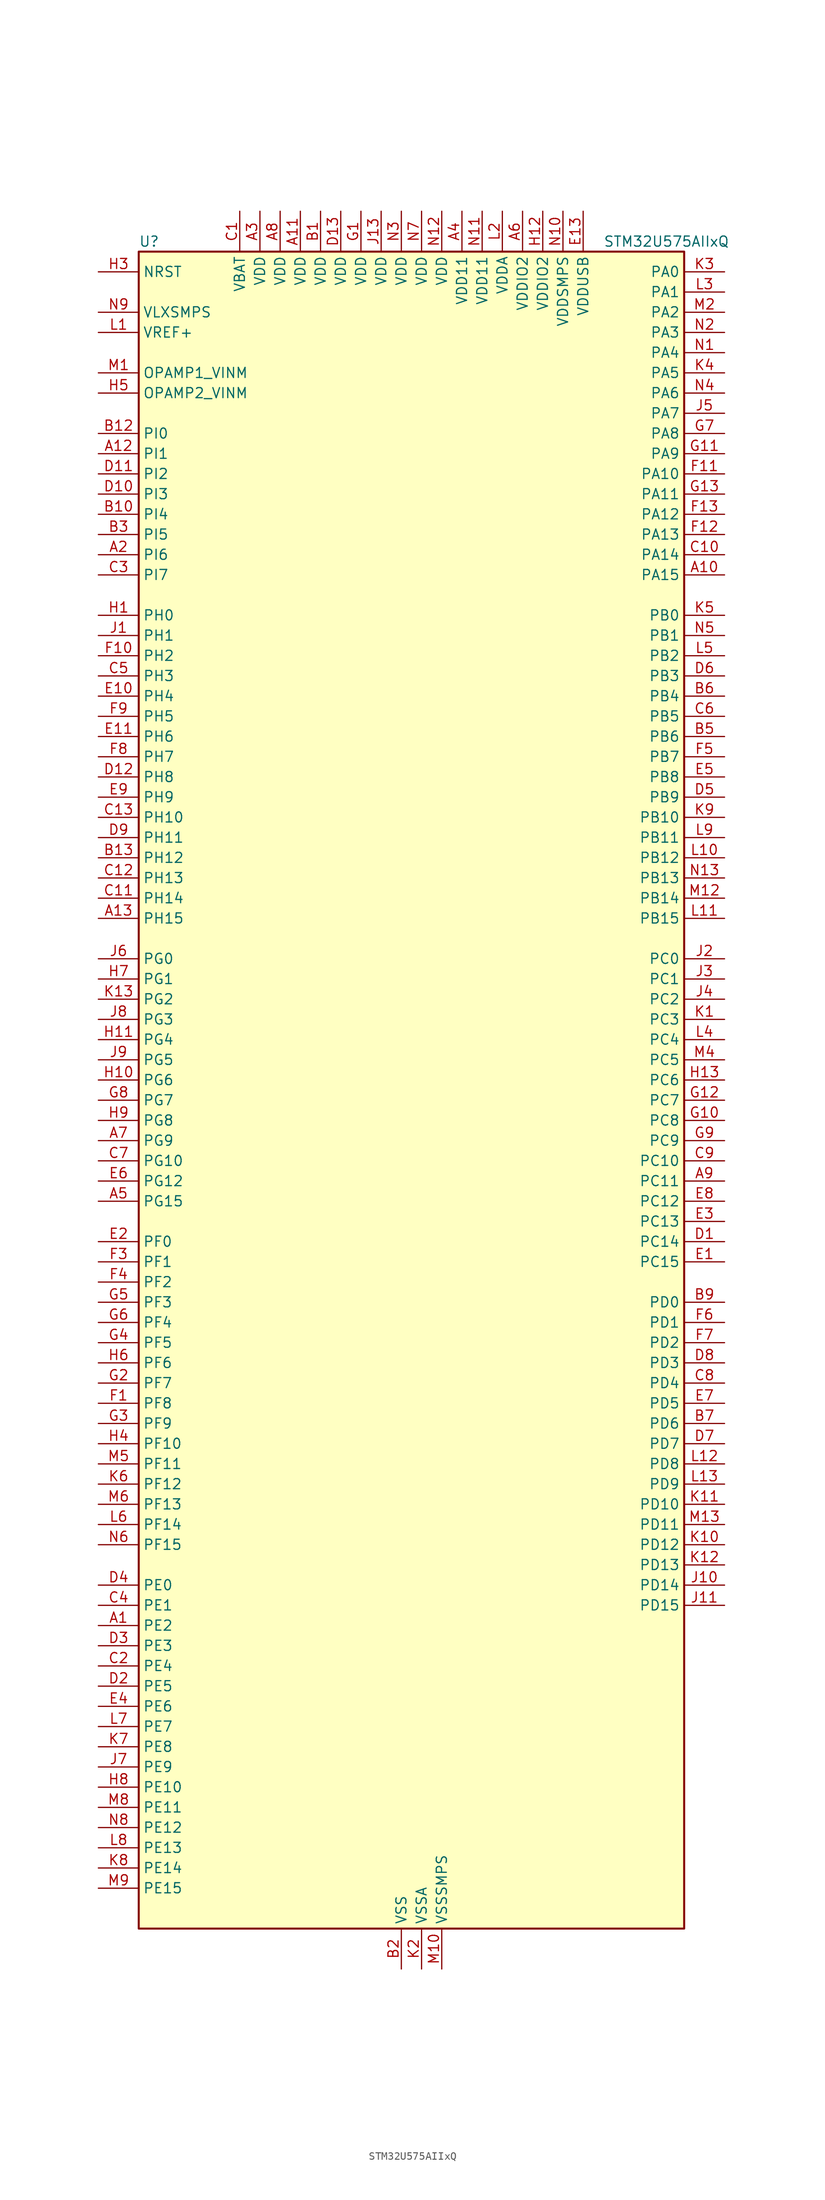
<source format=kicad_sym>
(kicad_symbol_lib
  (version 20220914)
  (generator kicad_symbol_editor)
  (symbol "STM32U575AIIxQ"
    (property "Reference" "U"
      (at -33.02 107.95 0)
      (effects (font (size 1.27 1.27)) (justify left)))
    (property "Value" "STM32U575AIIxQ"
      (at 25.4 107.95 0)
      (effects (font (size 1.27 1.27)) (justify left)))
    (property "ki_locked" ""
      (at 0 0 0)
      (effects (font (size 1.27 1.27))))
    (symbol "STM32U575AIIxQ_0_1"
      (rectangle (start -33.02 -104.14) (end 35.56 106.68) (stroke (width 0.254) (type default)) (fill (type background))))
    (symbol "STM32U575AIIxQ_1_1"
      (pin bidirectional line (at -38.1 -66.04 0) (length 5.08) (name "PE2" (effects (font (size 1.27 1.27)))) (number "A1" (effects (font (size 1.27 1.27)))) (alternate "DEBUG_TRACECLK" bidirectional line) (alternate "FMC_A23" bidirectional line) (alternate "SAI1_CK1" bidirectional line) (alternate "SAI1_MCLK_A" bidirectional line) (alternate "TIM3_ETR" bidirectional line) (alternate "TSC_G7_IO1" bidirectional line))
      (pin bidirectional line (at 40.64 66.04 180) (length 5.08) (name "PA15" (effects (font (size 1.27 1.27)))) (number "A10" (effects (font (size 1.27 1.27)))) (alternate "ADC1_EXTI15" bidirectional line) (alternate "ADC4_EXTI15" bidirectional line) (alternate "DEBUG_JTDI" bidirectional line) (alternate "SAI2_FS_B" bidirectional line) (alternate "SPI1_NSS" bidirectional line) (alternate "SPI3_NSS" bidirectional line) (alternate "TIM2_CH1" bidirectional line) (alternate "TIM2_ETR" bidirectional line) (alternate "UART4_DE" bidirectional line) (alternate "UART4_RTS" bidirectional line) (alternate "UCPD1_CC1" bidirectional line) (alternate "USART2_RX" bidirectional line) (alternate "USART3_DE" bidirectional line) (alternate "USART3_RTS" bidirectional line))
      (pin power_in line (at -12.7 111.76 270) (length 5.08) (name "VDD" (effects (font (size 1.27 1.27)))) (number "A11" (effects (font (size 1.27 1.27)))))
      (pin bidirectional line (at -38.1 81.28 0) (length 5.08) (name "PI1" (effects (font (size 1.27 1.27)))) (number "A12" (effects (font (size 1.27 1.27)))) (alternate "DCMI_D8" bidirectional line) (alternate "OCTOSPIM_P2_IO2" bidirectional line) (alternate "PSSI_D8" bidirectional line) (alternate "SPI2_SCK" bidirectional line))
      (pin bidirectional line (at -38.1 22.86 0) (length 5.08) (name "PH15" (effects (font (size 1.27 1.27)))) (number "A13" (effects (font (size 1.27 1.27)))) (alternate "ADC1_EXTI15" bidirectional line) (alternate "ADC4_EXTI15" bidirectional line) (alternate "DCMI_D11" bidirectional line) (alternate "OCTOSPIM_P2_IO6" bidirectional line) (alternate "PSSI_D11" bidirectional line) (alternate "TIM8_CH3N" bidirectional line))
      (pin bidirectional line (at -38.1 68.58 0) (length 5.08) (name "PI6" (effects (font (size 1.27 1.27)))) (number "A2" (effects (font (size 1.27 1.27)))) (alternate "DCMI_D6" bidirectional line) (alternate "OCTOSPIM_P2_CLK" bidirectional line) (alternate "PSSI_D6" bidirectional line) (alternate "TIM8_CH2" bidirectional line))
      (pin power_in line (at -17.78 111.76 270) (length 5.08) (name "VDD" (effects (font (size 1.27 1.27)))) (number "A3" (effects (font (size 1.27 1.27)))))
      (pin power_in line (at 7.62 111.76 270) (length 5.08) (name "VDD11" (effects (font (size 1.27 1.27)))) (number "A4" (effects (font (size 1.27 1.27)))))
      (pin bidirectional line (at -38.1 -12.7 0) (length 5.08) (name "PG15" (effects (font (size 1.27 1.27)))) (number "A5" (effects (font (size 1.27 1.27)))) (alternate "ADC1_EXTI15" bidirectional line) (alternate "ADC4_EXTI15" bidirectional line) (alternate "DCMI_D13" bidirectional line) (alternate "I2C1_SMBA" bidirectional line) (alternate "LPTIM1_CH1" bidirectional line) (alternate "OCTOSPIM_P2_DQS" bidirectional line) (alternate "PSSI_D13" bidirectional line))
      (pin power_in line (at 15.24 111.76 270) (length 5.08) (name "VDDIO2" (effects (font (size 1.27 1.27)))) (number "A6" (effects (font (size 1.27 1.27)))))
      (pin bidirectional line (at -38.1 -5.08 0) (length 5.08) (name "PG9" (effects (font (size 1.27 1.27)))) (number "A7" (effects (font (size 1.27 1.27)))) (alternate "DAC1_EXTI9" bidirectional line) (alternate "FMC_NCE" bidirectional line) (alternate "FMC_NE2" bidirectional line) (alternate "OCTOSPIM_P2_IO6" bidirectional line) (alternate "SAI2_SCK_A" bidirectional line) (alternate "SPI3_SCK" bidirectional line) (alternate "TIM15_CH1N" bidirectional line) (alternate "USART1_TX" bidirectional line))
      (pin power_in line (at -15.24 111.76 270) (length 5.08) (name "VDD" (effects (font (size 1.27 1.27)))) (number "A8" (effects (font (size 1.27 1.27)))))
      (pin bidirectional line (at 40.64 -10.16 180) (length 5.08) (name "PC11" (effects (font (size 1.27 1.27)))) (number "A9" (effects (font (size 1.27 1.27)))) (alternate "ADC1_EXTI11" bidirectional line) (alternate "ADF1_SDI0" bidirectional line) (alternate "DCMI_D2" bidirectional line) (alternate "DCMI_D4" bidirectional line) (alternate "LPTIM3_IN1" bidirectional line) (alternate "OCTOSPIM_P1_NCS" bidirectional line) (alternate "PSSI_D2" bidirectional line) (alternate "PSSI_D4" bidirectional line) (alternate "SAI2_MCLK_B" bidirectional line) (alternate "SDMMC1_D3" bidirectional line) (alternate "SPI3_MISO" bidirectional line) (alternate "TSC_G3_IO3" bidirectional line) (alternate "UART4_RX" bidirectional line) (alternate "UCPD1_FRSTX2" bidirectional line) (alternate "USART3_RX" bidirectional line))
      (pin power_in line (at -10.16 111.76 270) (length 5.08) (name "VDD" (effects (font (size 1.27 1.27)))) (number "B1" (effects (font (size 1.27 1.27)))))
      (pin bidirectional line (at -38.1 73.66 0) (length 5.08) (name "PI4" (effects (font (size 1.27 1.27)))) (number "B10" (effects (font (size 1.27 1.27)))) (alternate "DCMI_D5" bidirectional line) (alternate "PSSI_D5" bidirectional line) (alternate "SPI2_RDY" bidirectional line) (alternate "TIM8_BKIN" bidirectional line))
      (pin passive line (at 0 -109.22 90) (length 5.08) hide (name "VSS" (effects (font (size 1.27 1.27)))) (number "B11" (effects (font (size 1.27 1.27)))))
      (pin bidirectional line (at -38.1 83.82 0) (length 5.08) (name "PI0" (effects (font (size 1.27 1.27)))) (number "B12" (effects (font (size 1.27 1.27)))) (alternate "DCMI_D13" bidirectional line) (alternate "OCTOSPIM_P1_IO5" bidirectional line) (alternate "PSSI_D13" bidirectional line) (alternate "SPI2_NSS" bidirectional line) (alternate "TIM5_CH4" bidirectional line))
      (pin bidirectional line (at -38.1 30.48 0) (length 5.08) (name "PH12" (effects (font (size 1.27 1.27)))) (number "B13" (effects (font (size 1.27 1.27)))) (alternate "DCMI_D3" bidirectional line) (alternate "OCTOSPIM_P2_IO7" bidirectional line) (alternate "PSSI_D3" bidirectional line) (alternate "TIM5_CH3" bidirectional line) (alternate "TIM8_CH4N" bidirectional line))
      (pin power_in line (at 0 -109.22 90) (length 5.08) (name "VSS" (effects (font (size 1.27 1.27)))) (number "B2" (effects (font (size 1.27 1.27)))))
      (pin bidirectional line (at -38.1 71.12 0) (length 5.08) (name "PI5" (effects (font (size 1.27 1.27)))) (number "B3" (effects (font (size 1.27 1.27)))) (alternate "DCMI_VSYNC" bidirectional line) (alternate "OCTOSPIM_P2_NCS" bidirectional line) (alternate "PSSI_RDY" bidirectional line) (alternate "TIM8_CH1" bidirectional line))
      (pin passive line (at 0 -109.22 90) (length 5.08) hide (name "VSS" (effects (font (size 1.27 1.27)))) (number "B4" (effects (font (size 1.27 1.27)))))
      (pin bidirectional line (at 40.64 45.72 180) (length 5.08) (name "PB6" (effects (font (size 1.27 1.27)))) (number "B5" (effects (font (size 1.27 1.27)))) (alternate "COMP2_INP" bidirectional line) (alternate "DCMI_D5" bidirectional line) (alternate "I2C1_SCL" bidirectional line) (alternate "I2C4_SCL" bidirectional line) (alternate "LPTIM1_ETR" bidirectional line) (alternate "MDF1_SDI5" bidirectional line) (alternate "PSSI_D5" bidirectional line) (alternate "PWR_WKUP3" bidirectional line) (alternate "SAI1_FS_B" bidirectional line) (alternate "TIM16_CH1N" bidirectional line) (alternate "TIM4_CH1" bidirectional line) (alternate "TIM8_BKIN2" bidirectional line) (alternate "TSC_G2_IO3" bidirectional line) (alternate "USART1_TX" bidirectional line))
      (pin bidirectional line (at 40.64 50.8 180) (length 5.08) (name "PB4" (effects (font (size 1.27 1.27)))) (number "B6" (effects (font (size 1.27 1.27)))) (alternate "ADF1_SDI0" bidirectional line) (alternate "COMP2_INP" bidirectional line) (alternate "DCMI_D12" bidirectional line) (alternate "DEBUG_JTRST" bidirectional line) (alternate "I2C3_SDA" bidirectional line) (alternate "LPTIM1_CH2" bidirectional line) (alternate "PSSI_D12" bidirectional line) (alternate "SAI1_MCLK_B" bidirectional line) (alternate "SDMMC2_D3" bidirectional line) (alternate "SPI1_MISO" bidirectional line) (alternate "SPI3_MISO" bidirectional line) (alternate "TIM17_BKIN" bidirectional line) (alternate "TIM3_CH1" bidirectional line) (alternate "TSC_G2_IO1" bidirectional line) (alternate "UART5_DE" bidirectional line) (alternate "UART5_RTS" bidirectional line) (alternate "USART1_CTS" bidirectional line))
      (pin bidirectional line (at 40.64 -40.64 180) (length 5.08) (name "PD6" (effects (font (size 1.27 1.27)))) (number "B7" (effects (font (size 1.27 1.27)))) (alternate "DCMI_D10" bidirectional line) (alternate "FMC_NWAIT" bidirectional line) (alternate "MDF1_SDI1" bidirectional line) (alternate "OCTOSPIM_P1_IO6" bidirectional line) (alternate "PSSI_D10" bidirectional line) (alternate "SAI1_D1" bidirectional line) (alternate "SAI1_SD_A" bidirectional line) (alternate "SDMMC2_CK" bidirectional line) (alternate "SPI3_MOSI" bidirectional line) (alternate "USART2_RX" bidirectional line))
      (pin passive line (at 0 -109.22 90) (length 5.08) hide (name "VSS" (effects (font (size 1.27 1.27)))) (number "B8" (effects (font (size 1.27 1.27)))))
      (pin bidirectional line (at 40.64 -25.4 180) (length 5.08) (name "PD0" (effects (font (size 1.27 1.27)))) (number "B9" (effects (font (size 1.27 1.27)))) (alternate "FDCAN1_RX" bidirectional line) (alternate "FMC_D2" bidirectional line) (alternate "FMC_DA2" bidirectional line) (alternate "SPI2_NSS" bidirectional line) (alternate "TIM8_CH4N" bidirectional line))
      (pin power_in line (at -20.32 111.76 270) (length 5.08) (name "VBAT" (effects (font (size 1.27 1.27)))) (number "C1" (effects (font (size 1.27 1.27)))))
      (pin bidirectional line (at 40.64 68.58 180) (length 5.08) (name "PA14" (effects (font (size 1.27 1.27)))) (number "C10" (effects (font (size 1.27 1.27)))) (alternate "DEBUG_JTCK-SWCLK" bidirectional line) (alternate "I2C1_SMBA" bidirectional line) (alternate "I2C4_SMBA" bidirectional line) (alternate "LPTIM1_CH1" bidirectional line) (alternate "SAI1_FS_B" bidirectional line) (alternate "USB_OTG_FS_SOF" bidirectional line))
      (pin bidirectional line (at -38.1 25.4 0) (length 5.08) (name "PH14" (effects (font (size 1.27 1.27)))) (number "C11" (effects (font (size 1.27 1.27)))) (alternate "DCMI_D4" bidirectional line) (alternate "FDCAN1_RX" bidirectional line) (alternate "PSSI_D4" bidirectional line) (alternate "TIM8_CH2N" bidirectional line))
      (pin bidirectional line (at -38.1 27.94 0) (length 5.08) (name "PH13" (effects (font (size 1.27 1.27)))) (number "C12" (effects (font (size 1.27 1.27)))) (alternate "FDCAN1_TX" bidirectional line) (alternate "TIM8_CH1N" bidirectional line))
      (pin bidirectional line (at -38.1 35.56 0) (length 5.08) (name "PH10" (effects (font (size 1.27 1.27)))) (number "C13" (effects (font (size 1.27 1.27)))) (alternate "DCMI_D1" bidirectional line) (alternate "OCTOSPIM_P2_IO5" bidirectional line) (alternate "PSSI_D1" bidirectional line) (alternate "TIM5_CH1" bidirectional line))
      (pin bidirectional line (at -38.1 -71.12 0) (length 5.08) (name "PE4" (effects (font (size 1.27 1.27)))) (number "C2" (effects (font (size 1.27 1.27)))) (alternate "DCMI_D4" bidirectional line) (alternate "DEBUG_TRACED1" bidirectional line) (alternate "FMC_A20" bidirectional line) (alternate "MDF1_SDI3" bidirectional line) (alternate "PSSI_D4" bidirectional line) (alternate "PWR_WKUP1" bidirectional line) (alternate "SAI1_D2" bidirectional line) (alternate "SAI1_FS_A" bidirectional line) (alternate "TAMP_IN7" bidirectional line) (alternate "TAMP_OUT8" bidirectional line) (alternate "TIM3_CH2" bidirectional line) (alternate "TSC_G7_IO3" bidirectional line))
      (pin bidirectional line (at -38.1 66.04 0) (length 5.08) (name "PI7" (effects (font (size 1.27 1.27)))) (number "C3" (effects (font (size 1.27 1.27)))) (alternate "DCMI_D7" bidirectional line) (alternate "OCTOSPIM_P2_NCLK" bidirectional line) (alternate "PSSI_D7" bidirectional line) (alternate "TIM8_CH3" bidirectional line))
      (pin bidirectional line (at -38.1 -63.5 0) (length 5.08) (name "PE1" (effects (font (size 1.27 1.27)))) (number "C4" (effects (font (size 1.27 1.27)))) (alternate "DCMI_D3" bidirectional line) (alternate "FMC_NBL1" bidirectional line) (alternate "PSSI_D3" bidirectional line) (alternate "TIM17_CH1" bidirectional line))
      (pin bidirectional line (at -38.1 53.34 0) (length 5.08) (name "PH3" (effects (font (size 1.27 1.27)))) (number "C5" (effects (font (size 1.27 1.27)))))
      (pin bidirectional line (at 40.64 48.26 180) (length 5.08) (name "PB5" (effects (font (size 1.27 1.27)))) (number "C6" (effects (font (size 1.27 1.27)))) (alternate "COMP2_OUT" bidirectional line) (alternate "DCMI_D10" bidirectional line) (alternate "I2C1_SMBA" bidirectional line) (alternate "LPTIM1_IN1" bidirectional line) (alternate "OCTOSPIM_P1_NCLK" bidirectional line) (alternate "PSSI_D10" bidirectional line) (alternate "PWR_WKUP6" bidirectional line) (alternate "SAI1_SD_B" bidirectional line) (alternate "SPI1_MOSI" bidirectional line) (alternate "SPI3_MOSI" bidirectional line) (alternate "TIM16_BKIN" bidirectional line) (alternate "TIM3_CH2" bidirectional line) (alternate "TSC_G2_IO2" bidirectional line) (alternate "UART5_CTS" bidirectional line) (alternate "UCPD1_DBCC1" bidirectional line) (alternate "USART1_CK" bidirectional line))
      (pin bidirectional line (at -38.1 -7.62 0) (length 5.08) (name "PG10" (effects (font (size 1.27 1.27)))) (number "C7" (effects (font (size 1.27 1.27)))) (alternate "FMC_NE3" bidirectional line) (alternate "LPTIM1_IN1" bidirectional line) (alternate "OCTOSPIM_P2_IO7" bidirectional line) (alternate "SAI2_FS_A" bidirectional line) (alternate "SPI3_MISO" bidirectional line) (alternate "TIM15_CH1" bidirectional line) (alternate "USART1_RX" bidirectional line))
      (pin bidirectional line (at 40.64 -35.56 180) (length 5.08) (name "PD4" (effects (font (size 1.27 1.27)))) (number "C8" (effects (font (size 1.27 1.27)))) (alternate "FMC_NOE" bidirectional line) (alternate "MDF1_CKI0" bidirectional line) (alternate "OCTOSPIM_P1_IO4" bidirectional line) (alternate "SPI2_MOSI" bidirectional line) (alternate "USART2_DE" bidirectional line) (alternate "USART2_RTS" bidirectional line))
      (pin bidirectional line (at 40.64 -7.62 180) (length 5.08) (name "PC10" (effects (font (size 1.27 1.27)))) (number "C9" (effects (font (size 1.27 1.27)))) (alternate "ADF1_CCK1" bidirectional line) (alternate "DCMI_D8" bidirectional line) (alternate "DEBUG_TRACED1" bidirectional line) (alternate "LPTIM3_ETR" bidirectional line) (alternate "PSSI_D8" bidirectional line) (alternate "SAI2_SCK_B" bidirectional line) (alternate "SDMMC1_D2" bidirectional line) (alternate "SPI3_SCK" bidirectional line) (alternate "TSC_G3_IO2" bidirectional line) (alternate "UART4_TX" bidirectional line) (alternate "USART3_TX" bidirectional line))
      (pin bidirectional line (at 40.64 -17.78 180) (length 5.08) (name "PC14" (effects (font (size 1.27 1.27)))) (number "D1" (effects (font (size 1.27 1.27)))) (alternate "RCC_OSC32_IN" bidirectional line))
      (pin bidirectional line (at -38.1 76.2 0) (length 5.08) (name "PI3" (effects (font (size 1.27 1.27)))) (number "D10" (effects (font (size 1.27 1.27)))) (alternate "DCMI_D10" bidirectional line) (alternate "OCTOSPIM_P2_IO0" bidirectional line) (alternate "PSSI_D10" bidirectional line) (alternate "SPI2_MOSI" bidirectional line) (alternate "TIM8_ETR" bidirectional line))
      (pin bidirectional line (at -38.1 78.74 0) (length 5.08) (name "PI2" (effects (font (size 1.27 1.27)))) (number "D11" (effects (font (size 1.27 1.27)))) (alternate "DCMI_D9" bidirectional line) (alternate "OCTOSPIM_P2_IO1" bidirectional line) (alternate "PSSI_D9" bidirectional line) (alternate "SPI2_MISO" bidirectional line) (alternate "TIM8_CH4" bidirectional line))
      (pin bidirectional line (at -38.1 40.64 0) (length 5.08) (name "PH8" (effects (font (size 1.27 1.27)))) (number "D12" (effects (font (size 1.27 1.27)))) (alternate "DCMI_HSYNC" bidirectional line) (alternate "I2C3_SDA" bidirectional line) (alternate "OCTOSPIM_P2_IO3" bidirectional line) (alternate "PSSI_DE" bidirectional line))
      (pin power_in line (at -7.62 111.76 270) (length 5.08) (name "VDD" (effects (font (size 1.27 1.27)))) (number "D13" (effects (font (size 1.27 1.27)))))
      (pin bidirectional line (at -38.1 -73.66 0) (length 5.08) (name "PE5" (effects (font (size 1.27 1.27)))) (number "D2" (effects (font (size 1.27 1.27)))) (alternate "DCMI_D6" bidirectional line) (alternate "DEBUG_TRACED2" bidirectional line) (alternate "FMC_A21" bidirectional line) (alternate "MDF1_CKI3" bidirectional line) (alternate "PSSI_D6" bidirectional line) (alternate "PWR_WKUP2" bidirectional line) (alternate "SAI1_CK2" bidirectional line) (alternate "SAI1_SCK_A" bidirectional line) (alternate "TAMP_IN8" bidirectional line) (alternate "TAMP_OUT7" bidirectional line) (alternate "TIM3_CH3" bidirectional line) (alternate "TSC_G7_IO4" bidirectional line))
      (pin bidirectional line (at -38.1 -68.58 0) (length 5.08) (name "PE3" (effects (font (size 1.27 1.27)))) (number "D3" (effects (font (size 1.27 1.27)))) (alternate "DEBUG_TRACED0" bidirectional line) (alternate "FMC_A19" bidirectional line) (alternate "OCTOSPIM_P1_DQS" bidirectional line) (alternate "SAI1_SD_B" bidirectional line) (alternate "TAMP_IN6" bidirectional line) (alternate "TAMP_OUT3" bidirectional line) (alternate "TIM3_CH1" bidirectional line) (alternate "TSC_G7_IO2" bidirectional line))
      (pin bidirectional line (at -38.1 -60.96 0) (length 5.08) (name "PE0" (effects (font (size 1.27 1.27)))) (number "D4" (effects (font (size 1.27 1.27)))) (alternate "DCMI_D2" bidirectional line) (alternate "FMC_NBL0" bidirectional line) (alternate "PSSI_D2" bidirectional line) (alternate "TIM16_CH1" bidirectional line) (alternate "TIM4_ETR" bidirectional line))
      (pin bidirectional line (at 40.64 38.1 180) (length 5.08) (name "PB9" (effects (font (size 1.27 1.27)))) (number "D5" (effects (font (size 1.27 1.27)))) (alternate "DAC1_EXTI9" bidirectional line) (alternate "DCMI_D7" bidirectional line) (alternate "FDCAN1_TX" bidirectional line) (alternate "I2C1_SDA" bidirectional line) (alternate "IR_OUT" bidirectional line) (alternate "PSSI_D7" bidirectional line) (alternate "SAI1_D2" bidirectional line) (alternate "SAI1_FS_A" bidirectional line) (alternate "SDMMC1_CDIR" bidirectional line) (alternate "SDMMC1_D5" bidirectional line) (alternate "SDMMC2_D5" bidirectional line) (alternate "SPI2_NSS" bidirectional line) (alternate "TIM17_CH1" bidirectional line) (alternate "TIM4_CH4" bidirectional line))
      (pin bidirectional line (at 40.64 53.34 180) (length 5.08) (name "PB3" (effects (font (size 1.27 1.27)))) (number "D6" (effects (font (size 1.27 1.27)))) (alternate "ADF1_CCK0" bidirectional line) (alternate "COMP2_INM" bidirectional line) (alternate "CRS_SYNC" bidirectional line) (alternate "DEBUG_JTDO-SWO" bidirectional line) (alternate "I2C1_SDA" bidirectional line) (alternate "LPTIM1_CH1" bidirectional line) (alternate "SAI1_SCK_B" bidirectional line) (alternate "SDMMC2_D2" bidirectional line) (alternate "SPI1_SCK" bidirectional line) (alternate "SPI3_SCK" bidirectional line) (alternate "TIM2_CH2" bidirectional line) (alternate "USART1_DE" bidirectional line) (alternate "USART1_RTS" bidirectional line))
      (pin bidirectional line (at 40.64 -43.18 180) (length 5.08) (name "PD7" (effects (font (size 1.27 1.27)))) (number "D7" (effects (font (size 1.27 1.27)))) (alternate "FMC_NCE" bidirectional line) (alternate "FMC_NE1" bidirectional line) (alternate "LPTIM4_OUT" bidirectional line) (alternate "MDF1_CKI1" bidirectional line) (alternate "OCTOSPIM_P1_IO7" bidirectional line) (alternate "SDMMC2_CMD" bidirectional line) (alternate "USART2_CK" bidirectional line))
      (pin bidirectional line (at 40.64 -33.02 180) (length 5.08) (name "PD3" (effects (font (size 1.27 1.27)))) (number "D8" (effects (font (size 1.27 1.27)))) (alternate "DCMI_D5" bidirectional line) (alternate "FMC_CLK" bidirectional line) (alternate "MDF1_SDI0" bidirectional line) (alternate "OCTOSPIM_P2_NCS" bidirectional line) (alternate "PSSI_D5" bidirectional line) (alternate "SPI2_MISO" bidirectional line) (alternate "SPI2_SCK" bidirectional line) (alternate "USART2_CTS" bidirectional line))
      (pin bidirectional line (at -38.1 33.02 0) (length 5.08) (name "PH11" (effects (font (size 1.27 1.27)))) (number "D9" (effects (font (size 1.27 1.27)))) (alternate "ADC1_EXTI11" bidirectional line) (alternate "DCMI_D2" bidirectional line) (alternate "OCTOSPIM_P2_IO6" bidirectional line) (alternate "PSSI_D2" bidirectional line) (alternate "TIM5_CH2" bidirectional line))
      (pin bidirectional line (at 40.64 -20.32 180) (length 5.08) (name "PC15" (effects (font (size 1.27 1.27)))) (number "E1" (effects (font (size 1.27 1.27)))) (alternate "ADC1_EXTI15" bidirectional line) (alternate "ADC4_EXTI15" bidirectional line) (alternate "RCC_OSC32_OUT" bidirectional line))
      (pin bidirectional line (at -38.1 50.8 0) (length 5.08) (name "PH4" (effects (font (size 1.27 1.27)))) (number "E10" (effects (font (size 1.27 1.27)))) (alternate "I2C2_SCL" bidirectional line) (alternate "OCTOSPIM_P2_DQS" bidirectional line) (alternate "PSSI_D14" bidirectional line))
      (pin bidirectional line (at -38.1 45.72 0) (length 5.08) (name "PH6" (effects (font (size 1.27 1.27)))) (number "E11" (effects (font (size 1.27 1.27)))) (alternate "DCMI_D8" bidirectional line) (alternate "I2C2_SMBA" bidirectional line) (alternate "OCTOSPIM_P2_CLK" bidirectional line) (alternate "PSSI_D8" bidirectional line))
      (pin passive line (at 0 -109.22 90) (length 5.08) hide (name "VSS" (effects (font (size 1.27 1.27)))) (number "E12" (effects (font (size 1.27 1.27)))))
      (pin power_in line (at 22.86 111.76 270) (length 5.08) (name "VDDUSB" (effects (font (size 1.27 1.27)))) (number "E13" (effects (font (size 1.27 1.27)))))
      (pin bidirectional line (at -38.1 -17.78 0) (length 5.08) (name "PF0" (effects (font (size 1.27 1.27)))) (number "E2" (effects (font (size 1.27 1.27)))) (alternate "FMC_A0" bidirectional line) (alternate "I2C2_SDA" bidirectional line) (alternate "OCTOSPIM_P2_IO0" bidirectional line))
      (pin bidirectional line (at 40.64 -15.24 180) (length 5.08) (name "PC13" (effects (font (size 1.27 1.27)))) (number "E3" (effects (font (size 1.27 1.27)))) (alternate "PWR_WKUP2" bidirectional line) (alternate "RTC_OUT1" bidirectional line) (alternate "RTC_TS" bidirectional line) (alternate "TAMP_IN1" bidirectional line) (alternate "TAMP_OUT2" bidirectional line))
      (pin bidirectional line (at -38.1 -76.2 0) (length 5.08) (name "PE6" (effects (font (size 1.27 1.27)))) (number "E4" (effects (font (size 1.27 1.27)))) (alternate "DCMI_D7" bidirectional line) (alternate "DEBUG_TRACED3" bidirectional line) (alternate "FMC_A22" bidirectional line) (alternate "PSSI_D7" bidirectional line) (alternate "PWR_WKUP3" bidirectional line) (alternate "SAI1_D1" bidirectional line) (alternate "SAI1_SD_A" bidirectional line) (alternate "TAMP_IN3" bidirectional line) (alternate "TAMP_OUT6" bidirectional line) (alternate "TIM3_CH4" bidirectional line))
      (pin bidirectional line (at 40.64 40.64 180) (length 5.08) (name "PB8" (effects (font (size 1.27 1.27)))) (number "E5" (effects (font (size 1.27 1.27)))) (alternate "DCMI_D6" bidirectional line) (alternate "FDCAN1_RX" bidirectional line) (alternate "I2C1_SCL" bidirectional line) (alternate "MDF1_CCK0" bidirectional line) (alternate "PSSI_D6" bidirectional line) (alternate "PWR_WKUP5" bidirectional line) (alternate "SAI1_CK1" bidirectional line) (alternate "SAI1_MCLK_A" bidirectional line) (alternate "SDMMC1_CKIN" bidirectional line) (alternate "SDMMC1_D4" bidirectional line) (alternate "SDMMC2_D4" bidirectional line) (alternate "SPI3_RDY" bidirectional line) (alternate "TIM16_CH1" bidirectional line) (alternate "TIM4_CH3" bidirectional line))
      (pin bidirectional line (at -38.1 -10.16 0) (length 5.08) (name "PG12" (effects (font (size 1.27 1.27)))) (number "E6" (effects (font (size 1.27 1.27)))) (alternate "FMC_NE4" bidirectional line) (alternate "LPTIM1_ETR" bidirectional line) (alternate "OCTOSPIM_P2_NCS" bidirectional line) (alternate "SAI2_SD_A" bidirectional line) (alternate "SPI3_NSS" bidirectional line) (alternate "USART1_DE" bidirectional line) (alternate "USART1_RTS" bidirectional line))
      (pin bidirectional line (at 40.64 -38.1 180) (length 5.08) (name "PD5" (effects (font (size 1.27 1.27)))) (number "E7" (effects (font (size 1.27 1.27)))) (alternate "FMC_NWE" bidirectional line) (alternate "OCTOSPIM_P1_IO5" bidirectional line) (alternate "SPI2_RDY" bidirectional line) (alternate "USART2_TX" bidirectional line))
      (pin bidirectional line (at 40.64 -12.7 180) (length 5.08) (name "PC12" (effects (font (size 1.27 1.27)))) (number "E8" (effects (font (size 1.27 1.27)))) (alternate "DCMI_D9" bidirectional line) (alternate "DEBUG_TRACED3" bidirectional line) (alternate "PSSI_D9" bidirectional line) (alternate "SAI2_SD_B" bidirectional line) (alternate "SDMMC1_CK" bidirectional line) (alternate "SPI3_MOSI" bidirectional line) (alternate "TSC_G3_IO4" bidirectional line) (alternate "UART5_TX" bidirectional line) (alternate "USART3_CK" bidirectional line))
      (pin bidirectional line (at -38.1 38.1 0) (length 5.08) (name "PH9" (effects (font (size 1.27 1.27)))) (number "E9" (effects (font (size 1.27 1.27)))) (alternate "DAC1_EXTI9" bidirectional line) (alternate "DCMI_D0" bidirectional line) (alternate "I2C3_SMBA" bidirectional line) (alternate "OCTOSPIM_P2_IO4" bidirectional line) (alternate "PSSI_D0" bidirectional line))
      (pin bidirectional line (at -38.1 -38.1 0) (length 5.08) (name "PF8" (effects (font (size 1.27 1.27)))) (number "F1" (effects (font (size 1.27 1.27)))) (alternate "FDCAN1_TX" bidirectional line) (alternate "OCTOSPIM_P1_IO0" bidirectional line) (alternate "PSSI_D14" bidirectional line) (alternate "SAI1_SCK_B" bidirectional line) (alternate "TIM5_CH3" bidirectional line))
      (pin bidirectional line (at -38.1 55.88 0) (length 5.08) (name "PH2" (effects (font (size 1.27 1.27)))) (number "F10" (effects (font (size 1.27 1.27)))) (alternate "OCTOSPIM_P1_IO4" bidirectional line))
      (pin bidirectional line (at 40.64 78.74 180) (length 5.08) (name "PA10" (effects (font (size 1.27 1.27)))) (number "F11" (effects (font (size 1.27 1.27)))) (alternate "CRS_SYNC" bidirectional line) (alternate "DCMI_D1" bidirectional line) (alternate "LPTIM2_IN2" bidirectional line) (alternate "PSSI_D1" bidirectional line) (alternate "SAI1_D1" bidirectional line) (alternate "SAI1_SD_A" bidirectional line) (alternate "TIM17_BKIN" bidirectional line) (alternate "TIM1_CH3" bidirectional line) (alternate "USART1_RX" bidirectional line) (alternate "USB_OTG_FS_ID" bidirectional line))
      (pin bidirectional line (at 40.64 71.12 180) (length 5.08) (name "PA13" (effects (font (size 1.27 1.27)))) (number "F12" (effects (font (size 1.27 1.27)))) (alternate "DEBUG_JTMS-SWDIO" bidirectional line) (alternate "IR_OUT" bidirectional line) (alternate "SAI1_SD_B" bidirectional line) (alternate "USB_OTG_FS_NOE" bidirectional line))
      (pin bidirectional line (at 40.64 73.66 180) (length 5.08) (name "PA12" (effects (font (size 1.27 1.27)))) (number "F13" (effects (font (size 1.27 1.27)))) (alternate "FDCAN1_TX" bidirectional line) (alternate "OCTOSPIM_P2_NCS" bidirectional line) (alternate "SPI1_MOSI" bidirectional line) (alternate "TIM1_ETR" bidirectional line) (alternate "USART1_DE" bidirectional line) (alternate "USART1_RTS" bidirectional line) (alternate "USB_OTG_FS_DP" bidirectional line))
      (pin passive line (at 0 -109.22 90) (length 5.08) hide (name "VSS" (effects (font (size 1.27 1.27)))) (number "F2" (effects (font (size 1.27 1.27)))))
      (pin bidirectional line (at -38.1 -20.32 0) (length 5.08) (name "PF1" (effects (font (size 1.27 1.27)))) (number "F3" (effects (font (size 1.27 1.27)))) (alternate "FMC_A1" bidirectional line) (alternate "I2C2_SCL" bidirectional line) (alternate "OCTOSPIM_P2_IO1" bidirectional line))
      (pin bidirectional line (at -38.1 -22.86 0) (length 5.08) (name "PF2" (effects (font (size 1.27 1.27)))) (number "F4" (effects (font (size 1.27 1.27)))) (alternate "FMC_A2" bidirectional line) (alternate "I2C2_SMBA" bidirectional line) (alternate "LPTIM3_CH2" bidirectional line) (alternate "OCTOSPIM_P2_IO2" bidirectional line) (alternate "PWR_WKUP8" bidirectional line))
      (pin bidirectional line (at 40.64 43.18 180) (length 5.08) (name "PB7" (effects (font (size 1.27 1.27)))) (number "F5" (effects (font (size 1.27 1.27)))) (alternate "COMP2_INM" bidirectional line) (alternate "DCMI_VSYNC" bidirectional line) (alternate "FMC_NL" bidirectional line) (alternate "I2C1_SDA" bidirectional line) (alternate "I2C4_SDA" bidirectional line) (alternate "LPTIM1_IN2" bidirectional line) (alternate "MDF1_CKI5" bidirectional line) (alternate "PSSI_RDY" bidirectional line) (alternate "PWR_PVD_IN" bidirectional line) (alternate "PWR_WKUP4" bidirectional line) (alternate "TIM17_CH1N" bidirectional line) (alternate "TIM4_CH2" bidirectional line) (alternate "TIM8_BKIN" bidirectional line) (alternate "TSC_G2_IO4" bidirectional line) (alternate "UART4_CTS" bidirectional line) (alternate "USART1_RX" bidirectional line))
      (pin bidirectional line (at 40.64 -27.94 180) (length 5.08) (name "PD1" (effects (font (size 1.27 1.27)))) (number "F6" (effects (font (size 1.27 1.27)))) (alternate "FDCAN1_TX" bidirectional line) (alternate "FMC_D3" bidirectional line) (alternate "FMC_DA3" bidirectional line) (alternate "SPI2_SCK" bidirectional line))
      (pin bidirectional line (at 40.64 -30.48 180) (length 5.08) (name "PD2" (effects (font (size 1.27 1.27)))) (number "F7" (effects (font (size 1.27 1.27)))) (alternate "DCMI_D11" bidirectional line) (alternate "DEBUG_TRACED2" bidirectional line) (alternate "LPTIM4_ETR" bidirectional line) (alternate "PSSI_D11" bidirectional line) (alternate "SDMMC1_CMD" bidirectional line) (alternate "TIM3_ETR" bidirectional line) (alternate "TSC_SYNC" bidirectional line) (alternate "UART5_RX" bidirectional line) (alternate "USART3_DE" bidirectional line) (alternate "USART3_RTS" bidirectional line))
      (pin bidirectional line (at -38.1 43.18 0) (length 5.08) (name "PH7" (effects (font (size 1.27 1.27)))) (number "F8" (effects (font (size 1.27 1.27)))) (alternate "DCMI_D9" bidirectional line) (alternate "I2C3_SCL" bidirectional line) (alternate "OCTOSPIM_P2_NCLK" bidirectional line) (alternate "PSSI_D9" bidirectional line))
      (pin bidirectional line (at -38.1 48.26 0) (length 5.08) (name "PH5" (effects (font (size 1.27 1.27)))) (number "F9" (effects (font (size 1.27 1.27)))) (alternate "DCMI_PIXCLK" bidirectional line) (alternate "I2C2_SDA" bidirectional line) (alternate "PSSI_PDCK" bidirectional line))
      (pin power_in line (at -5.08 111.76 270) (length 5.08) (name "VDD" (effects (font (size 1.27 1.27)))) (number "G1" (effects (font (size 1.27 1.27)))))
      (pin bidirectional line (at 40.64 -2.54 180) (length 5.08) (name "PC8" (effects (font (size 1.27 1.27)))) (number "G10" (effects (font (size 1.27 1.27)))) (alternate "DCMI_D2" bidirectional line) (alternate "LPTIM3_CH1" bidirectional line) (alternate "PSSI_D2" bidirectional line) (alternate "PWR_SRDSTOP" bidirectional line) (alternate "SDMMC1_D0" bidirectional line) (alternate "TIM3_CH3" bidirectional line) (alternate "TIM8_CH3" bidirectional line) (alternate "TSC_G4_IO3" bidirectional line))
      (pin bidirectional line (at 40.64 81.28 180) (length 5.08) (name "PA9" (effects (font (size 1.27 1.27)))) (number "G11" (effects (font (size 1.27 1.27)))) (alternate "DAC1_EXTI9" bidirectional line) (alternate "DCMI_D0" bidirectional line) (alternate "PSSI_D0" bidirectional line) (alternate "SAI1_FS_A" bidirectional line) (alternate "SPI2_SCK" bidirectional line) (alternate "TIM15_BKIN" bidirectional line) (alternate "TIM1_CH2" bidirectional line) (alternate "USART1_TX" bidirectional line) (alternate "USB_OTG_FS_VBUS" bidirectional line))
      (pin bidirectional line (at 40.64 0 180) (length 5.08) (name "PC7" (effects (font (size 1.27 1.27)))) (number "G12" (effects (font (size 1.27 1.27)))) (alternate "DCMI_D1" bidirectional line) (alternate "LPTIM2_CH2" bidirectional line) (alternate "MDF1_SDI3" bidirectional line) (alternate "PSSI_D1" bidirectional line) (alternate "PWR_CDSTOP" bidirectional line) (alternate "SAI2_MCLK_B" bidirectional line) (alternate "SDMMC1_D123DIR" bidirectional line) (alternate "SDMMC1_D7" bidirectional line) (alternate "SDMMC2_D7" bidirectional line) (alternate "TIM3_CH2" bidirectional line) (alternate "TIM8_CH2" bidirectional line) (alternate "TSC_G4_IO2" bidirectional line))
      (pin bidirectional line (at 40.64 76.2 180) (length 5.08) (name "PA11" (effects (font (size 1.27 1.27)))) (number "G13" (effects (font (size 1.27 1.27)))) (alternate "ADC1_EXTI11" bidirectional line) (alternate "FDCAN1_RX" bidirectional line) (alternate "SPI1_MISO" bidirectional line) (alternate "TIM1_BKIN2" bidirectional line) (alternate "TIM1_CH4" bidirectional line) (alternate "USART1_CTS" bidirectional line) (alternate "USB_OTG_FS_DM" bidirectional line))
      (pin bidirectional line (at -38.1 -35.56 0) (length 5.08) (name "PF7" (effects (font (size 1.27 1.27)))) (number "G2" (effects (font (size 1.27 1.27)))) (alternate "FDCAN1_RX" bidirectional line) (alternate "OCTOSPIM_P1_IO2" bidirectional line) (alternate "SAI1_MCLK_B" bidirectional line) (alternate "TIM5_CH2" bidirectional line))
      (pin bidirectional line (at -38.1 -40.64 0) (length 5.08) (name "PF9" (effects (font (size 1.27 1.27)))) (number "G3" (effects (font (size 1.27 1.27)))) (alternate "DAC1_EXTI9" bidirectional line) (alternate "OCTOSPIM_P1_IO1" bidirectional line) (alternate "PSSI_D15" bidirectional line) (alternate "SAI1_FS_B" bidirectional line) (alternate "TIM15_CH1" bidirectional line) (alternate "TIM5_CH4" bidirectional line))
      (pin bidirectional line (at -38.1 -30.48 0) (length 5.08) (name "PF5" (effects (font (size 1.27 1.27)))) (number "G4" (effects (font (size 1.27 1.27)))) (alternate "FMC_A5" bidirectional line) (alternate "LPTIM3_CH1" bidirectional line) (alternate "OCTOSPIM_P2_NCLK" bidirectional line))
      (pin bidirectional line (at -38.1 -25.4 0) (length 5.08) (name "PF3" (effects (font (size 1.27 1.27)))) (number "G5" (effects (font (size 1.27 1.27)))) (alternate "FMC_A3" bidirectional line) (alternate "LPTIM3_IN1" bidirectional line) (alternate "OCTOSPIM_P2_IO3" bidirectional line))
      (pin bidirectional line (at -38.1 -27.94 0) (length 5.08) (name "PF4" (effects (font (size 1.27 1.27)))) (number "G6" (effects (font (size 1.27 1.27)))) (alternate "FMC_A4" bidirectional line) (alternate "LPTIM3_ETR" bidirectional line) (alternate "OCTOSPIM_P2_CLK" bidirectional line))
      (pin bidirectional line (at 40.64 83.82 180) (length 5.08) (name "PA8" (effects (font (size 1.27 1.27)))) (number "G7" (effects (font (size 1.27 1.27)))) (alternate "DEBUG_TRACECLK" bidirectional line) (alternate "LPTIM2_CH1" bidirectional line) (alternate "RCC_MCO" bidirectional line) (alternate "SAI1_CK2" bidirectional line) (alternate "SAI1_SCK_A" bidirectional line) (alternate "SPI1_RDY" bidirectional line) (alternate "TIM1_CH1" bidirectional line) (alternate "USART1_CK" bidirectional line) (alternate "USB_OTG_FS_SOF" bidirectional line))
      (pin bidirectional line (at -38.1 0 0) (length 5.08) (name "PG7" (effects (font (size 1.27 1.27)))) (number "G8" (effects (font (size 1.27 1.27)))) (alternate "FMC_INT" bidirectional line) (alternate "I2C3_SCL" bidirectional line) (alternate "LPUART1_TX" bidirectional line) (alternate "MDF1_CCK0" bidirectional line) (alternate "OCTOSPIM_P2_DQS" bidirectional line) (alternate "SAI1_CK1" bidirectional line) (alternate "SAI1_MCLK_A" bidirectional line) (alternate "UCPD1_FRSTX2" bidirectional line))
      (pin bidirectional line (at 40.64 -5.08 180) (length 5.08) (name "PC9" (effects (font (size 1.27 1.27)))) (number "G9" (effects (font (size 1.27 1.27)))) (alternate "DAC1_EXTI9" bidirectional line) (alternate "DCMI_D3" bidirectional line) (alternate "DEBUG_TRACED0" bidirectional line) (alternate "LPTIM3_CH2" bidirectional line) (alternate "PSSI_D3" bidirectional line) (alternate "SDMMC1_D1" bidirectional line) (alternate "TIM3_CH4" bidirectional line) (alternate "TIM8_BKIN2" bidirectional line) (alternate "TIM8_CH4" bidirectional line) (alternate "TSC_G4_IO4" bidirectional line) (alternate "USB_OTG_FS_NOE" bidirectional line))
      (pin bidirectional line (at -38.1 60.96 0) (length 5.08) (name "PH0" (effects (font (size 1.27 1.27)))) (number "H1" (effects (font (size 1.27 1.27)))) (alternate "RCC_OSC_IN" bidirectional line))
      (pin bidirectional line (at -38.1 2.54 0) (length 5.08) (name "PG6" (effects (font (size 1.27 1.27)))) (number "H10" (effects (font (size 1.27 1.27)))) (alternate "I2C3_SMBA" bidirectional line) (alternate "LPUART1_DE" bidirectional line) (alternate "LPUART1_RTS" bidirectional line) (alternate "OCTOSPIM_P1_DQS" bidirectional line) (alternate "SPI1_RDY" bidirectional line) (alternate "UCPD1_FRSTX1" bidirectional line))
      (pin bidirectional line (at -38.1 7.62 0) (length 5.08) (name "PG4" (effects (font (size 1.27 1.27)))) (number "H11" (effects (font (size 1.27 1.27)))) (alternate "FMC_A14" bidirectional line) (alternate "SAI2_MCLK_B" bidirectional line) (alternate "SPI1_MOSI" bidirectional line))
      (pin power_in line (at 17.78 111.76 270) (length 5.08) (name "VDDIO2" (effects (font (size 1.27 1.27)))) (number "H12" (effects (font (size 1.27 1.27)))))
      (pin bidirectional line (at 40.64 2.54 180) (length 5.08) (name "PC6" (effects (font (size 1.27 1.27)))) (number "H13" (effects (font (size 1.27 1.27)))) (alternate "DCMI_D0" bidirectional line) (alternate "MDF1_CKI3" bidirectional line) (alternate "PSSI_D0" bidirectional line) (alternate "PWR_CSLEEP" bidirectional line) (alternate "SAI2_MCLK_A" bidirectional line) (alternate "SDMMC1_D0DIR" bidirectional line) (alternate "SDMMC1_D6" bidirectional line) (alternate "SDMMC2_D6" bidirectional line) (alternate "TIM3_CH1" bidirectional line) (alternate "TIM8_CH1" bidirectional line) (alternate "TSC_G4_IO1" bidirectional line))
      (pin passive line (at 0 -109.22 90) (length 5.08) hide (name "VSS" (effects (font (size 1.27 1.27)))) (number "H2" (effects (font (size 1.27 1.27)))))
      (pin input line (at -38.1 104.14 0) (length 5.08) (name "NRST" (effects (font (size 1.27 1.27)))) (number "H3" (effects (font (size 1.27 1.27)))))
      (pin bidirectional line (at -38.1 -43.18 0) (length 5.08) (name "PF10" (effects (font (size 1.27 1.27)))) (number "H4" (effects (font (size 1.27 1.27)))) (alternate "DCMI_D11" bidirectional line) (alternate "MDF1_CCK1" bidirectional line) (alternate "OCTOSPIM_P1_CLK" bidirectional line) (alternate "PSSI_D11" bidirectional line) (alternate "PSSI_D15" bidirectional line) (alternate "SAI1_D3" bidirectional line) (alternate "TIM15_CH2" bidirectional line))
      (pin bidirectional line (at -38.1 88.9 0) (length 5.08) (name "OPAMP2_VINM" (effects (font (size 1.27 1.27)))) (number "H5" (effects (font (size 1.27 1.27)))) (alternate "OPAMP2_VINM" bidirectional line))
      (pin bidirectional line (at -38.1 -33.02 0) (length 5.08) (name "PF6" (effects (font (size 1.27 1.27)))) (number "H6" (effects (font (size 1.27 1.27)))) (alternate "DCMI_D12" bidirectional line) (alternate "OCTOSPIM_P1_IO3" bidirectional line) (alternate "OCTOSPIM_P2_NCS" bidirectional line) (alternate "PSSI_D12" bidirectional line) (alternate "SAI1_SD_B" bidirectional line) (alternate "TIM5_CH1" bidirectional line) (alternate "TIM5_ETR" bidirectional line))
      (pin bidirectional line (at -38.1 15.24 0) (length 5.08) (name "PG1" (effects (font (size 1.27 1.27)))) (number "H7" (effects (font (size 1.27 1.27)))) (alternate "ADC4_IN8" bidirectional line) (alternate "FMC_A11" bidirectional line) (alternate "OCTOSPIM_P2_IO5" bidirectional line) (alternate "TSC_G8_IO4" bidirectional line))
      (pin bidirectional line (at -38.1 -86.36 0) (length 5.08) (name "PE10" (effects (font (size 1.27 1.27)))) (number "H8" (effects (font (size 1.27 1.27)))) (alternate "ADF1_SDI0" bidirectional line) (alternate "FMC_D7" bidirectional line) (alternate "FMC_DA7" bidirectional line) (alternate "MDF1_SDI4" bidirectional line) (alternate "OCTOSPIM_P1_CLK" bidirectional line) (alternate "SAI1_MCLK_B" bidirectional line) (alternate "TIM1_CH2N" bidirectional line) (alternate "TSC_G5_IO1" bidirectional line))
      (pin bidirectional line (at -38.1 -2.54 0) (length 5.08) (name "PG8" (effects (font (size 1.27 1.27)))) (number "H9" (effects (font (size 1.27 1.27)))) (alternate "I2C3_SDA" bidirectional line) (alternate "LPUART1_RX" bidirectional line))
      (pin bidirectional line (at -38.1 58.42 0) (length 5.08) (name "PH1" (effects (font (size 1.27 1.27)))) (number "J1" (effects (font (size 1.27 1.27)))) (alternate "RCC_OSC_OUT" bidirectional line))
      (pin bidirectional line (at 40.64 -60.96 180) (length 5.08) (name "PD14" (effects (font (size 1.27 1.27)))) (number "J10" (effects (font (size 1.27 1.27)))) (alternate "FMC_D0" bidirectional line) (alternate "FMC_DA0" bidirectional line) (alternate "LPTIM3_CH1" bidirectional line) (alternate "TIM4_CH3" bidirectional line))
      (pin bidirectional line (at 40.64 -63.5 180) (length 5.08) (name "PD15" (effects (font (size 1.27 1.27)))) (number "J11" (effects (font (size 1.27 1.27)))) (alternate "ADC1_EXTI15" bidirectional line) (alternate "ADC4_EXTI15" bidirectional line) (alternate "FMC_D1" bidirectional line) (alternate "FMC_DA1" bidirectional line) (alternate "LPTIM3_CH2" bidirectional line) (alternate "TIM4_CH4" bidirectional line))
      (pin passive line (at 0 -109.22 90) (length 5.08) hide (name "VSS" (effects (font (size 1.27 1.27)))) (number "J12" (effects (font (size 1.27 1.27)))))
      (pin power_in line (at -2.54 111.76 270) (length 5.08) (name "VDD" (effects (font (size 1.27 1.27)))) (number "J13" (effects (font (size 1.27 1.27)))))
      (pin bidirectional line (at 40.64 17.78 180) (length 5.08) (name "PC0" (effects (font (size 1.27 1.27)))) (number "J2" (effects (font (size 1.27 1.27)))) (alternate "ADC1_IN1" bidirectional line) (alternate "ADC4_IN1" bidirectional line) (alternate "I2C3_SCL" bidirectional line) (alternate "LPTIM1_IN1" bidirectional line) (alternate "LPTIM2_IN1" bidirectional line) (alternate "LPUART1_RX" bidirectional line) (alternate "MDF1_SDI4" bidirectional line) (alternate "OCTOSPIM_P1_IO7" bidirectional line) (alternate "SAI2_FS_A" bidirectional line) (alternate "SDMMC1_D5" bidirectional line) (alternate "SPI2_RDY" bidirectional line))
      (pin bidirectional line (at 40.64 15.24 180) (length 5.08) (name "PC1" (effects (font (size 1.27 1.27)))) (number "J3" (effects (font (size 1.27 1.27)))) (alternate "ADC1_IN2" bidirectional line) (alternate "ADC4_IN2" bidirectional line) (alternate "DEBUG_TRACED0" bidirectional line) (alternate "I2C3_SDA" bidirectional line) (alternate "LPTIM1_CH1" bidirectional line) (alternate "LPUART1_TX" bidirectional line) (alternate "MDF1_CKI4" bidirectional line) (alternate "OCTOSPIM_P1_IO4" bidirectional line) (alternate "SAI1_SD_A" bidirectional line) (alternate "SDMMC2_CK" bidirectional line) (alternate "SPI2_MOSI" bidirectional line))
      (pin bidirectional line (at 40.64 12.7 180) (length 5.08) (name "PC2" (effects (font (size 1.27 1.27)))) (number "J4" (effects (font (size 1.27 1.27)))) (alternate "ADC1_IN3" bidirectional line) (alternate "ADC4_IN3" bidirectional line) (alternate "LPTIM1_IN2" bidirectional line) (alternate "MDF1_CCK1" bidirectional line) (alternate "OCTOSPIM_P1_IO5" bidirectional line) (alternate "SPI2_MISO" bidirectional line))
      (pin bidirectional line (at 40.64 86.36 180) (length 5.08) (name "PA7" (effects (font (size 1.27 1.27)))) (number "J5" (effects (font (size 1.27 1.27)))) (alternate "ADC1_IN12" bidirectional line) (alternate "ADC4_IN20" bidirectional line) (alternate "I2C3_SCL" bidirectional line) (alternate "LPTIM2_CH2" bidirectional line) (alternate "OCTOSPIM_P1_IO2" bidirectional line) (alternate "OPAMP2_VINM" bidirectional line) (alternate "PWR_SRDSTOP" bidirectional line) (alternate "PWR_WKUP8" bidirectional line) (alternate "SPI1_MOSI" bidirectional line) (alternate "TIM17_CH1" bidirectional line) (alternate "TIM1_CH1N" bidirectional line) (alternate "TIM3_CH2" bidirectional line) (alternate "TIM8_CH1N" bidirectional line) (alternate "USART3_TX" bidirectional line))
      (pin bidirectional line (at -38.1 17.78 0) (length 5.08) (name "PG0" (effects (font (size 1.27 1.27)))) (number "J6" (effects (font (size 1.27 1.27)))) (alternate "ADC4_IN7" bidirectional line) (alternate "FMC_A10" bidirectional line) (alternate "OCTOSPIM_P2_IO4" bidirectional line) (alternate "TSC_G8_IO3" bidirectional line))
      (pin bidirectional line (at -38.1 -83.82 0) (length 5.08) (name "PE9" (effects (font (size 1.27 1.27)))) (number "J7" (effects (font (size 1.27 1.27)))) (alternate "ADF1_CCK0" bidirectional line) (alternate "DAC1_EXTI9" bidirectional line) (alternate "FMC_D6" bidirectional line) (alternate "FMC_DA6" bidirectional line) (alternate "MDF1_CCK0" bidirectional line) (alternate "OCTOSPIM_P1_NCLK" bidirectional line) (alternate "SAI1_FS_B" bidirectional line) (alternate "TIM1_CH1" bidirectional line))
      (pin bidirectional line (at -38.1 10.16 0) (length 5.08) (name "PG3" (effects (font (size 1.27 1.27)))) (number "J8" (effects (font (size 1.27 1.27)))) (alternate "FMC_A13" bidirectional line) (alternate "SAI2_FS_B" bidirectional line) (alternate "SPI1_MISO" bidirectional line))
      (pin bidirectional line (at -38.1 5.08 0) (length 5.08) (name "PG5" (effects (font (size 1.27 1.27)))) (number "J9" (effects (font (size 1.27 1.27)))) (alternate "FMC_A15" bidirectional line) (alternate "LPUART1_CTS" bidirectional line) (alternate "SAI2_SD_B" bidirectional line) (alternate "SPI1_NSS" bidirectional line))
      (pin bidirectional line (at 40.64 10.16 180) (length 5.08) (name "PC3" (effects (font (size 1.27 1.27)))) (number "K1" (effects (font (size 1.27 1.27)))) (alternate "ADC1_IN4" bidirectional line) (alternate "ADC4_IN4" bidirectional line) (alternate "LPTIM1_ETR" bidirectional line) (alternate "LPTIM2_ETR" bidirectional line) (alternate "LPTIM3_CH1" bidirectional line) (alternate "OCTOSPIM_P1_IO6" bidirectional line) (alternate "SAI1_D1" bidirectional line) (alternate "SAI1_SD_A" bidirectional line) (alternate "SPI2_MOSI" bidirectional line))
      (pin bidirectional line (at 40.64 -55.88 180) (length 5.08) (name "PD12" (effects (font (size 1.27 1.27)))) (number "K10" (effects (font (size 1.27 1.27)))) (alternate "ADC4_IN16" bidirectional line) (alternate "FMC_A17" bidirectional line) (alternate "FMC_ALE" bidirectional line) (alternate "I2C4_SCL" bidirectional line) (alternate "LPTIM2_IN1" bidirectional line) (alternate "SAI2_FS_A" bidirectional line) (alternate "TIM4_CH1" bidirectional line) (alternate "TSC_G6_IO3" bidirectional line) (alternate "USART3_DE" bidirectional line) (alternate "USART3_RTS" bidirectional line))
      (pin bidirectional line (at 40.64 -50.8 180) (length 5.08) (name "PD10" (effects (font (size 1.27 1.27)))) (number "K11" (effects (font (size 1.27 1.27)))) (alternate "FMC_D15" bidirectional line) (alternate "FMC_DA15" bidirectional line) (alternate "LPTIM2_CH2" bidirectional line) (alternate "LPTIM3_ETR" bidirectional line) (alternate "SAI2_SCK_A" bidirectional line) (alternate "TSC_G6_IO1" bidirectional line) (alternate "USART3_CK" bidirectional line))
      (pin bidirectional line (at 40.64 -58.42 180) (length 5.08) (name "PD13" (effects (font (size 1.27 1.27)))) (number "K12" (effects (font (size 1.27 1.27)))) (alternate "ADC4_IN17" bidirectional line) (alternate "FMC_A18" bidirectional line) (alternate "I2C4_SDA" bidirectional line) (alternate "LPTIM2_CH1" bidirectional line) (alternate "LPTIM4_IN1" bidirectional line) (alternate "TIM4_CH2" bidirectional line) (alternate "TSC_G6_IO4" bidirectional line))
      (pin bidirectional line (at -38.1 12.7 0) (length 5.08) (name "PG2" (effects (font (size 1.27 1.27)))) (number "K13" (effects (font (size 1.27 1.27)))) (alternate "FMC_A12" bidirectional line) (alternate "SAI2_SCK_B" bidirectional line) (alternate "SPI1_SCK" bidirectional line))
      (pin power_in line (at 2.54 -109.22 90) (length 5.08) (name "VSSA" (effects (font (size 1.27 1.27)))) (number "K2" (effects (font (size 1.27 1.27)))))
      (pin bidirectional line (at 40.64 104.14 180) (length 5.08) (name "PA0" (effects (font (size 1.27 1.27)))) (number "K3" (effects (font (size 1.27 1.27)))) (alternate "ADC1_IN5" bidirectional line) (alternate "AUDIOCLK" bidirectional line) (alternate "OCTOSPIM_P2_NCS" bidirectional line) (alternate "OPAMP1_VINP" bidirectional line) (alternate "PWR_WKUP1" bidirectional line) (alternate "SDMMC2_CMD" bidirectional line) (alternate "SPI3_RDY" bidirectional line) (alternate "TAMP_IN2" bidirectional line) (alternate "TAMP_OUT1" bidirectional line) (alternate "TIM2_CH1" bidirectional line) (alternate "TIM2_ETR" bidirectional line) (alternate "TIM5_CH1" bidirectional line) (alternate "TIM8_ETR" bidirectional line) (alternate "UART4_TX" bidirectional line) (alternate "USART2_CTS" bidirectional line))
      (pin bidirectional line (at 40.64 91.44 180) (length 5.08) (name "PA5" (effects (font (size 1.27 1.27)))) (number "K4" (effects (font (size 1.27 1.27)))) (alternate "ADC1_IN10" bidirectional line) (alternate "ADC4_IN10" bidirectional line) (alternate "DAC1_OUT2" bidirectional line) (alternate "LPTIM2_ETR" bidirectional line) (alternate "PSSI_D14" bidirectional line) (alternate "PWR_CSLEEP" bidirectional line) (alternate "PWR_WKUP6" bidirectional line) (alternate "SPI1_SCK" bidirectional line) (alternate "TIM2_CH1" bidirectional line) (alternate "TIM2_ETR" bidirectional line) (alternate "TIM8_CH1N" bidirectional line) (alternate "USART3_RX" bidirectional line))
      (pin bidirectional line (at 40.64 60.96 180) (length 5.08) (name "PB0" (effects (font (size 1.27 1.27)))) (number "K5" (effects (font (size 1.27 1.27)))) (alternate "ADC1_IN15" bidirectional line) (alternate "ADC4_IN18" bidirectional line) (alternate "AUDIOCLK" bidirectional line) (alternate "COMP1_OUT" bidirectional line) (alternate "LPTIM3_CH1" bidirectional line) (alternate "OCTOSPIM_P1_IO1" bidirectional line) (alternate "OPAMP2_VOUT" bidirectional line) (alternate "SPI1_NSS" bidirectional line) (alternate "TIM1_CH2N" bidirectional line) (alternate "TIM3_CH3" bidirectional line) (alternate "TIM8_CH2N" bidirectional line) (alternate "USART3_CK" bidirectional line))
      (pin bidirectional line (at -38.1 -48.26 0) (length 5.08) (name "PF12" (effects (font (size 1.27 1.27)))) (number "K6" (effects (font (size 1.27 1.27)))) (alternate "FMC_A6" bidirectional line) (alternate "LPTIM4_ETR" bidirectional line) (alternate "OCTOSPIM_P2_DQS" bidirectional line))
      (pin bidirectional line (at -38.1 -81.28 0) (length 5.08) (name "PE8" (effects (font (size 1.27 1.27)))) (number "K7" (effects (font (size 1.27 1.27)))) (alternate "FMC_D5" bidirectional line) (alternate "FMC_DA5" bidirectional line) (alternate "MDF1_CKI2" bidirectional line) (alternate "PWR_WKUP7" bidirectional line) (alternate "SAI1_SCK_B" bidirectional line) (alternate "TIM1_CH1N" bidirectional line))
      (pin bidirectional line (at -38.1 -96.52 0) (length 5.08) (name "PE14" (effects (font (size 1.27 1.27)))) (number "K8" (effects (font (size 1.27 1.27)))) (alternate "FMC_D11" bidirectional line) (alternate "FMC_DA11" bidirectional line) (alternate "OCTOSPIM_P1_IO2" bidirectional line) (alternate "SPI1_MISO" bidirectional line) (alternate "TIM1_BKIN2" bidirectional line) (alternate "TIM1_CH4" bidirectional line))
      (pin bidirectional line (at 40.64 35.56 180) (length 5.08) (name "PB10" (effects (font (size 1.27 1.27)))) (number "K9" (effects (font (size 1.27 1.27)))) (alternate "COMP1_OUT" bidirectional line) (alternate "I2C2_SCL" bidirectional line) (alternate "I2C4_SCL" bidirectional line) (alternate "LPTIM3_CH1" bidirectional line) (alternate "LPUART1_RX" bidirectional line) (alternate "OCTOSPIM_P1_CLK" bidirectional line) (alternate "PWR_WKUP8" bidirectional line) (alternate "SAI1_SCK_A" bidirectional line) (alternate "SPI2_SCK" bidirectional line) (alternate "TIM2_CH3" bidirectional line) (alternate "TSC_SYNC" bidirectional line) (alternate "USART3_TX" bidirectional line))
      (pin input line (at -38.1 96.52 0) (length 5.08) (name "VREF+" (effects (font (size 1.27 1.27)))) (number "L1" (effects (font (size 1.27 1.27)))) (alternate "VREFBUF_OUT" bidirectional line))
      (pin bidirectional line (at 40.64 30.48 180) (length 5.08) (name "PB12" (effects (font (size 1.27 1.27)))) (number "L10" (effects (font (size 1.27 1.27)))) (alternate "I2C2_SMBA" bidirectional line) (alternate "LPUART1_DE" bidirectional line) (alternate "LPUART1_RTS" bidirectional line) (alternate "MDF1_SDI1" bidirectional line) (alternate "OCTOSPIM_P1_NCLK" bidirectional line) (alternate "SAI2_FS_A" bidirectional line) (alternate "SPI2_NSS" bidirectional line) (alternate "TIM15_BKIN" bidirectional line) (alternate "TIM1_BKIN" bidirectional line) (alternate "TSC_G1_IO1" bidirectional line) (alternate "USART3_CK" bidirectional line))
      (pin bidirectional line (at 40.64 22.86 180) (length 5.08) (name "PB15" (effects (font (size 1.27 1.27)))) (number "L11" (effects (font (size 1.27 1.27)))) (alternate "ADC1_EXTI15" bidirectional line) (alternate "ADC4_EXTI15" bidirectional line) (alternate "FMC_NBL1" bidirectional line) (alternate "LPTIM2_IN2" bidirectional line) (alternate "MDF1_CKI2" bidirectional line) (alternate "PWR_WKUP7" bidirectional line) (alternate "RTC_REFIN" bidirectional line) (alternate "SAI2_SD_A" bidirectional line) (alternate "SDMMC2_D1" bidirectional line) (alternate "SPI2_MOSI" bidirectional line) (alternate "TIM15_CH2" bidirectional line) (alternate "TIM1_CH3N" bidirectional line) (alternate "TIM8_CH3N" bidirectional line) (alternate "UCPD1_CC2" bidirectional line))
      (pin bidirectional line (at 40.64 -45.72 180) (length 5.08) (name "PD8" (effects (font (size 1.27 1.27)))) (number "L12" (effects (font (size 1.27 1.27)))) (alternate "DCMI_HSYNC" bidirectional line) (alternate "FMC_D13" bidirectional line) (alternate "FMC_DA13" bidirectional line) (alternate "PSSI_DE" bidirectional line) (alternate "USART3_TX" bidirectional line))
      (pin bidirectional line (at 40.64 -48.26 180) (length 5.08) (name "PD9" (effects (font (size 1.27 1.27)))) (number "L13" (effects (font (size 1.27 1.27)))) (alternate "DAC1_EXTI9" bidirectional line) (alternate "DCMI_PIXCLK" bidirectional line) (alternate "FMC_D14" bidirectional line) (alternate "FMC_DA14" bidirectional line) (alternate "LPTIM2_IN2" bidirectional line) (alternate "LPTIM3_IN1" bidirectional line) (alternate "PSSI_PDCK" bidirectional line) (alternate "SAI2_MCLK_A" bidirectional line) (alternate "USART3_RX" bidirectional line))
      (pin power_in line (at 12.7 111.76 270) (length 5.08) (name "VDDA" (effects (font (size 1.27 1.27)))) (number "L2" (effects (font (size 1.27 1.27)))))
      (pin bidirectional line (at 40.64 101.6 180) (length 5.08) (name "PA1" (effects (font (size 1.27 1.27)))) (number "L3" (effects (font (size 1.27 1.27)))) (alternate "ADC1_IN6" bidirectional line) (alternate "I2C1_SMBA" bidirectional line) (alternate "LPTIM1_CH2" bidirectional line) (alternate "OCTOSPIM_P1_DQS" bidirectional line) (alternate "OPAMP1_VINM" bidirectional line) (alternate "PWR_WKUP3" bidirectional line) (alternate "SPI1_SCK" bidirectional line) (alternate "TAMP_IN5" bidirectional line) (alternate "TAMP_OUT4" bidirectional line) (alternate "TIM15_CH1N" bidirectional line) (alternate "TIM2_CH2" bidirectional line) (alternate "TIM5_CH2" bidirectional line) (alternate "UART4_RX" bidirectional line) (alternate "USART2_DE" bidirectional line) (alternate "USART2_RTS" bidirectional line))
      (pin bidirectional line (at 40.64 7.62 180) (length 5.08) (name "PC4" (effects (font (size 1.27 1.27)))) (number "L4" (effects (font (size 1.27 1.27)))) (alternate "ADC1_IN13" bidirectional line) (alternate "ADC4_IN22" bidirectional line) (alternate "COMP1_INM" bidirectional line) (alternate "OCTOSPIM_P1_IO7" bidirectional line) (alternate "USART3_TX" bidirectional line))
      (pin bidirectional line (at 40.64 55.88 180) (length 5.08) (name "PB2" (effects (font (size 1.27 1.27)))) (number "L5" (effects (font (size 1.27 1.27)))) (alternate "ADC1_IN17" bidirectional line) (alternate "COMP1_INP" bidirectional line) (alternate "I2C3_SMBA" bidirectional line) (alternate "LPTIM1_CH1" bidirectional line) (alternate "MDF1_CKI0" bidirectional line) (alternate "OCTOSPIM_P1_DQS" bidirectional line) (alternate "PWR_WKUP1" bidirectional line) (alternate "RTC_OUT2" bidirectional line) (alternate "SPI1_RDY" bidirectional line) (alternate "TIM8_CH4N" bidirectional line) (alternate "UCPD1_FRSTX1" bidirectional line))
      (pin bidirectional line (at -38.1 -53.34 0) (length 5.08) (name "PF14" (effects (font (size 1.27 1.27)))) (number "L6" (effects (font (size 1.27 1.27)))) (alternate "ADC4_IN5" bidirectional line) (alternate "FMC_A8" bidirectional line) (alternate "I2C4_SCL" bidirectional line) (alternate "TSC_G8_IO1" bidirectional line))
      (pin bidirectional line (at -38.1 -78.74 0) (length 5.08) (name "PE7" (effects (font (size 1.27 1.27)))) (number "L7" (effects (font (size 1.27 1.27)))) (alternate "FMC_D4" bidirectional line) (alternate "FMC_DA4" bidirectional line) (alternate "MDF1_SDI2" bidirectional line) (alternate "PWR_WKUP6" bidirectional line) (alternate "SAI1_SD_B" bidirectional line) (alternate "TIM1_ETR" bidirectional line))
      (pin bidirectional line (at -38.1 -93.98 0) (length 5.08) (name "PE13" (effects (font (size 1.27 1.27)))) (number "L8" (effects (font (size 1.27 1.27)))) (alternate "FMC_D10" bidirectional line) (alternate "FMC_DA10" bidirectional line) (alternate "MDF1_CKI5" bidirectional line) (alternate "OCTOSPIM_P1_IO1" bidirectional line) (alternate "SPI1_SCK" bidirectional line) (alternate "TIM1_CH3" bidirectional line) (alternate "TSC_G5_IO4" bidirectional line))
      (pin bidirectional line (at 40.64 33.02 180) (length 5.08) (name "PB11" (effects (font (size 1.27 1.27)))) (number "L9" (effects (font (size 1.27 1.27)))) (alternate "ADC1_EXTI11" bidirectional line) (alternate "COMP2_OUT" bidirectional line) (alternate "I2C2_SDA" bidirectional line) (alternate "I2C4_SDA" bidirectional line) (alternate "LPUART1_TX" bidirectional line) (alternate "OCTOSPIM_P1_NCS" bidirectional line) (alternate "SPI2_RDY" bidirectional line) (alternate "TIM2_CH4" bidirectional line) (alternate "USART3_RX" bidirectional line))
      (pin bidirectional line (at -38.1 91.44 0) (length 5.08) (name "OPAMP1_VINM" (effects (font (size 1.27 1.27)))) (number "M1" (effects (font (size 1.27 1.27)))) (alternate "OPAMP1_VINM" bidirectional line))
      (pin power_in line (at 5.08 -109.22 90) (length 5.08) (name "VSSSMPS" (effects (font (size 1.27 1.27)))) (number "M10" (effects (font (size 1.27 1.27)))))
      (pin passive line (at 0 -109.22 90) (length 5.08) hide (name "VSS" (effects (font (size 1.27 1.27)))) (number "M11" (effects (font (size 1.27 1.27)))))
      (pin bidirectional line (at 40.64 25.4 180) (length 5.08) (name "PB14" (effects (font (size 1.27 1.27)))) (number "M12" (effects (font (size 1.27 1.27)))) (alternate "I2C2_SDA" bidirectional line) (alternate "LPTIM3_ETR" bidirectional line) (alternate "MDF1_SDI2" bidirectional line) (alternate "SAI2_MCLK_A" bidirectional line) (alternate "SDMMC2_D0" bidirectional line) (alternate "SPI2_MISO" bidirectional line) (alternate "TIM15_CH1" bidirectional line) (alternate "TIM1_CH2N" bidirectional line) (alternate "TIM8_CH2N" bidirectional line) (alternate "TSC_G1_IO3" bidirectional line) (alternate "UCPD1_DBCC2" bidirectional line) (alternate "USART3_DE" bidirectional line) (alternate "USART3_RTS" bidirectional line))
      (pin bidirectional line (at 40.64 -53.34 180) (length 5.08) (name "PD11" (effects (font (size 1.27 1.27)))) (number "M13" (effects (font (size 1.27 1.27)))) (alternate "ADC1_EXTI11" bidirectional line) (alternate "ADC4_IN15" bidirectional line) (alternate "FMC_A16" bidirectional line) (alternate "FMC_CLE" bidirectional line) (alternate "I2C4_SMBA" bidirectional line) (alternate "LPTIM2_ETR" bidirectional line) (alternate "SAI2_SD_A" bidirectional line) (alternate "TSC_G6_IO2" bidirectional line) (alternate "USART3_CTS" bidirectional line))
      (pin bidirectional line (at 40.64 99.06 180) (length 5.08) (name "PA2" (effects (font (size 1.27 1.27)))) (number "M2" (effects (font (size 1.27 1.27)))) (alternate "ADC1_IN7" bidirectional line) (alternate "COMP1_INP" bidirectional line) (alternate "LPUART1_TX" bidirectional line) (alternate "OCTOSPIM_P1_NCS" bidirectional line) (alternate "PWR_WKUP4" bidirectional line) (alternate "RCC_LSCO" bidirectional line) (alternate "SPI1_RDY" bidirectional line) (alternate "TIM15_CH1" bidirectional line) (alternate "TIM2_CH3" bidirectional line) (alternate "TIM5_CH3" bidirectional line) (alternate "UCPD1_FRSTX1" bidirectional line) (alternate "USART2_TX" bidirectional line))
      (pin passive line (at 0 -109.22 90) (length 5.08) hide (name "VSS" (effects (font (size 1.27 1.27)))) (number "M3" (effects (font (size 1.27 1.27)))))
      (pin bidirectional line (at 40.64 5.08 180) (length 5.08) (name "PC5" (effects (font (size 1.27 1.27)))) (number "M4" (effects (font (size 1.27 1.27)))) (alternate "ADC1_IN14" bidirectional line) (alternate "ADC4_IN23" bidirectional line) (alternate "COMP1_INP" bidirectional line) (alternate "PSSI_D15" bidirectional line) (alternate "PWR_WKUP5" bidirectional line) (alternate "SAI1_D3" bidirectional line) (alternate "TAMP_IN4" bidirectional line) (alternate "TAMP_OUT5" bidirectional line) (alternate "TIM1_CH4N" bidirectional line) (alternate "USART3_RX" bidirectional line))
      (pin bidirectional line (at -38.1 -45.72 0) (length 5.08) (name "PF11" (effects (font (size 1.27 1.27)))) (number "M5" (effects (font (size 1.27 1.27)))) (alternate "ADC1_EXTI11" bidirectional line) (alternate "DCMI_D12" bidirectional line) (alternate "LPTIM4_IN1" bidirectional line) (alternate "OCTOSPIM_P1_NCLK" bidirectional line) (alternate "PSSI_D12" bidirectional line))
      (pin bidirectional line (at -38.1 -50.8 0) (length 5.08) (name "PF13" (effects (font (size 1.27 1.27)))) (number "M6" (effects (font (size 1.27 1.27)))) (alternate "FMC_A7" bidirectional line) (alternate "I2C4_SMBA" bidirectional line) (alternate "LPTIM4_OUT" bidirectional line) (alternate "UCPD1_FRSTX2" bidirectional line))
      (pin passive line (at 0 -109.22 90) (length 5.08) hide (name "VSS" (effects (font (size 1.27 1.27)))) (number "M7" (effects (font (size 1.27 1.27)))))
      (pin bidirectional line (at -38.1 -88.9 0) (length 5.08) (name "PE11" (effects (font (size 1.27 1.27)))) (number "M8" (effects (font (size 1.27 1.27)))) (alternate "ADC1_EXTI11" bidirectional line) (alternate "FMC_D8" bidirectional line) (alternate "FMC_DA8" bidirectional line) (alternate "MDF1_CKI4" bidirectional line) (alternate "OCTOSPIM_P1_NCS" bidirectional line) (alternate "SPI1_RDY" bidirectional line) (alternate "TIM1_CH2" bidirectional line) (alternate "TSC_G5_IO2" bidirectional line))
      (pin bidirectional line (at -38.1 -99.06 0) (length 5.08) (name "PE15" (effects (font (size 1.27 1.27)))) (number "M9" (effects (font (size 1.27 1.27)))) (alternate "ADC1_EXTI15" bidirectional line) (alternate "ADC4_EXTI15" bidirectional line) (alternate "FMC_D12" bidirectional line) (alternate "FMC_DA12" bidirectional line) (alternate "OCTOSPIM_P1_IO3" bidirectional line) (alternate "SPI1_MOSI" bidirectional line) (alternate "TIM1_BKIN" bidirectional line) (alternate "TIM1_CH4N" bidirectional line))
      (pin bidirectional line (at 40.64 93.98 180) (length 5.08) (name "PA4" (effects (font (size 1.27 1.27)))) (number "N1" (effects (font (size 1.27 1.27)))) (alternate "ADC1_IN9" bidirectional line) (alternate "ADC4_IN9" bidirectional line) (alternate "DAC1_OUT1" bidirectional line) (alternate "DCMI_HSYNC" bidirectional line) (alternate "LPTIM2_CH1" bidirectional line) (alternate "OCTOSPIM_P1_NCS" bidirectional line) (alternate "PSSI_DE" bidirectional line) (alternate "PWR_WKUP2" bidirectional line) (alternate "SAI1_FS_B" bidirectional line) (alternate "SPI1_NSS" bidirectional line) (alternate "SPI3_NSS" bidirectional line) (alternate "USART2_CK" bidirectional line))
      (pin power_in line (at 20.32 111.76 270) (length 5.08) (name "VDDSMPS" (effects (font (size 1.27 1.27)))) (number "N10" (effects (font (size 1.27 1.27)))))
      (pin power_in line (at 10.16 111.76 270) (length 5.08) (name "VDD11" (effects (font (size 1.27 1.27)))) (number "N11" (effects (font (size 1.27 1.27)))))
      (pin power_in line (at 5.08 111.76 270) (length 5.08) (name "VDD" (effects (font (size 1.27 1.27)))) (number "N12" (effects (font (size 1.27 1.27)))))
      (pin bidirectional line (at 40.64 27.94 180) (length 5.08) (name "PB13" (effects (font (size 1.27 1.27)))) (number "N13" (effects (font (size 1.27 1.27)))) (alternate "I2C2_SCL" bidirectional line) (alternate "LPTIM3_IN1" bidirectional line) (alternate "LPUART1_CTS" bidirectional line) (alternate "MDF1_CKI1" bidirectional line) (alternate "SAI2_SCK_A" bidirectional line) (alternate "SPI2_SCK" bidirectional line) (alternate "TIM15_CH1N" bidirectional line) (alternate "TIM1_CH1N" bidirectional line) (alternate "TSC_G1_IO2" bidirectional line) (alternate "USART3_CTS" bidirectional line))
      (pin bidirectional line (at 40.64 96.52 180) (length 5.08) (name "PA3" (effects (font (size 1.27 1.27)))) (number "N2" (effects (font (size 1.27 1.27)))) (alternate "ADC1_IN8" bidirectional line) (alternate "LPUART1_RX" bidirectional line) (alternate "OCTOSPIM_P1_CLK" bidirectional line) (alternate "OPAMP1_VOUT" bidirectional line) (alternate "PWR_WKUP5" bidirectional line) (alternate "SAI1_CK1" bidirectional line) (alternate "SAI1_MCLK_A" bidirectional line) (alternate "TIM15_CH2" bidirectional line) (alternate "TIM2_CH4" bidirectional line) (alternate "TIM5_CH4" bidirectional line) (alternate "USART2_RX" bidirectional line))
      (pin power_in line (at 0 111.76 270) (length 5.08) (name "VDD" (effects (font (size 1.27 1.27)))) (number "N3" (effects (font (size 1.27 1.27)))))
      (pin bidirectional line (at 40.64 88.9 180) (length 5.08) (name "PA6" (effects (font (size 1.27 1.27)))) (number "N4" (effects (font (size 1.27 1.27)))) (alternate "ADC1_IN11" bidirectional line) (alternate "ADC4_IN11" bidirectional line) (alternate "DCMI_PIXCLK" bidirectional line) (alternate "LPUART1_CTS" bidirectional line) (alternate "OCTOSPIM_P1_IO3" bidirectional line) (alternate "OPAMP2_VINP" bidirectional line) (alternate "PSSI_PDCK" bidirectional line) (alternate "PWR_CDSTOP" bidirectional line) (alternate "PWR_WKUP7" bidirectional line) (alternate "SPI1_MISO" bidirectional line) (alternate "TIM16_CH1" bidirectional line) (alternate "TIM1_BKIN" bidirectional line) (alternate "TIM3_CH1" bidirectional line) (alternate "TIM8_BKIN" bidirectional line) (alternate "USART3_CTS" bidirectional line))
      (pin bidirectional line (at 40.64 58.42 180) (length 5.08) (name "PB1" (effects (font (size 1.27 1.27)))) (number "N5" (effects (font (size 1.27 1.27)))) (alternate "ADC1_IN16" bidirectional line) (alternate "ADC4_IN19" bidirectional line) (alternate "COMP1_INM" bidirectional line) (alternate "LPTIM2_IN1" bidirectional line) (alternate "LPTIM3_CH2" bidirectional line) (alternate "LPUART1_DE" bidirectional line) (alternate "LPUART1_RTS" bidirectional line) (alternate "MDF1_SDI0" bidirectional line) (alternate "OCTOSPIM_P1_IO0" bidirectional line) (alternate "PWR_WKUP4" bidirectional line) (alternate "TIM1_CH3N" bidirectional line) (alternate "TIM3_CH4" bidirectional line) (alternate "TIM8_CH3N" bidirectional line) (alternate "USART3_DE" bidirectional line) (alternate "USART3_RTS" bidirectional line))
      (pin bidirectional line (at -38.1 -55.88 0) (length 5.08) (name "PF15" (effects (font (size 1.27 1.27)))) (number "N6" (effects (font (size 1.27 1.27)))) (alternate "ADC1_EXTI15" bidirectional line) (alternate "ADC4_EXTI15" bidirectional line) (alternate "ADC4_IN6" bidirectional line) (alternate "FMC_A9" bidirectional line) (alternate "I2C4_SDA" bidirectional line) (alternate "TSC_G8_IO2" bidirectional line))
      (pin power_in line (at 2.54 111.76 270) (length 5.08) (name "VDD" (effects (font (size 1.27 1.27)))) (number "N7" (effects (font (size 1.27 1.27)))))
      (pin bidirectional line (at -38.1 -91.44 0) (length 5.08) (name "PE12" (effects (font (size 1.27 1.27)))) (number "N8" (effects (font (size 1.27 1.27)))) (alternate "FMC_D9" bidirectional line) (alternate "FMC_DA9" bidirectional line) (alternate "MDF1_SDI5" bidirectional line) (alternate "OCTOSPIM_P1_IO0" bidirectional line) (alternate "SPI1_NSS" bidirectional line) (alternate "TIM1_CH3N" bidirectional line) (alternate "TSC_G5_IO3" bidirectional line))
      (pin power_in line (at -38.1 99.06 0) (length 5.08) (name "VLXSMPS" (effects (font (size 1.27 1.27)))) (number "N9" (effects (font (size 1.27 1.27))))))))
</source>
